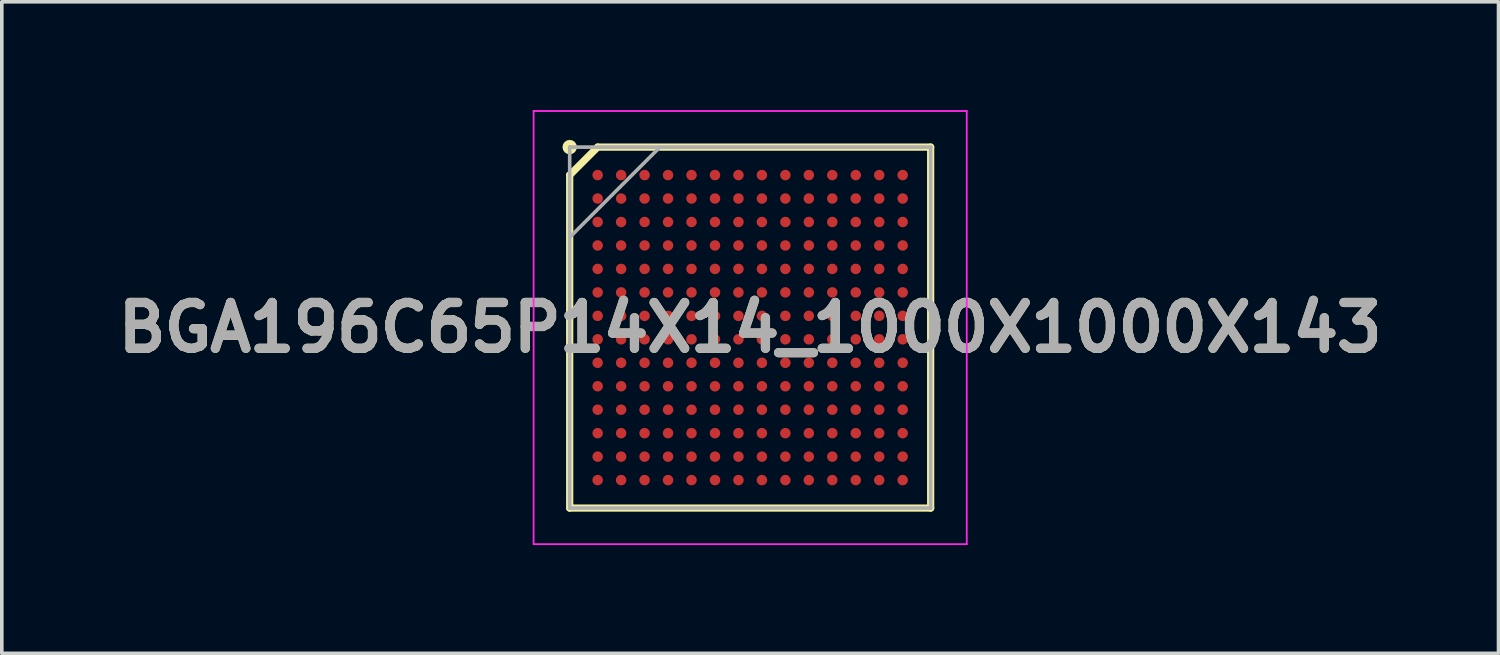
<source format=kicad_pcb>
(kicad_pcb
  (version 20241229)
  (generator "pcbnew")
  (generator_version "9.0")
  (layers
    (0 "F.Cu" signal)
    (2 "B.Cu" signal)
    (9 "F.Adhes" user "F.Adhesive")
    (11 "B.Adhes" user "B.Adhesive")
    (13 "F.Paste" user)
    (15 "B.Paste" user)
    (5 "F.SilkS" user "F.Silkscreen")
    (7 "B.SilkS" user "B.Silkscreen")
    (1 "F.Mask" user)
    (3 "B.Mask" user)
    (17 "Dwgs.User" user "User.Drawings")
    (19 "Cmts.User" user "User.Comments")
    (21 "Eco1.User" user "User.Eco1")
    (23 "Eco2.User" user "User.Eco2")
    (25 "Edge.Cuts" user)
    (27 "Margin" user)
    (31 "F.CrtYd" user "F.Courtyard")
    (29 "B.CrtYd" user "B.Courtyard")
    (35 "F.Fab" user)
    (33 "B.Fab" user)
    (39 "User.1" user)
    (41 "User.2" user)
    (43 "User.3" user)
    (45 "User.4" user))
  (footprint "BGA196C65P14X14_1000X1000X143"
    (layer "F.Cu")
    (at 17.732 6.025)
    (property "Reference" "BGA196C65P14X14_1000X1000X143" (at 0 0 0) (layer "F.SilkS") (effects (font (size 1.27 1.27) (thickness 0.254))))
    (attr smd)
    (fp_line (start -5 -4.225) (end -4.225 -5) (stroke (width 0.2) (type solid)) (layer "F.SilkS"))
    (fp_line (start -5 5) (end -5 -4.225) (stroke (width 0.2) (type solid)) (layer "F.SilkS"))
    (fp_line (start -4.225 -5) (end 5 -5) (stroke (width 0.2) (type solid)) (layer "F.SilkS"))
    (fp_line (start 5 -5) (end 5 5) (stroke (width 0.2) (type solid)) (layer "F.SilkS"))
    (fp_line (start 5 5) (end -5 5) (stroke (width 0.2) (type solid)) (layer "F.SilkS"))
    (fp_circle (center -5 -5) (end -5 -4.9) (stroke (width 0.2) (type solid)) (fill no) (layer "F.SilkS"))
    (fp_line (start -6 -6) (end 6 -6) (stroke (width 0.05) (type solid)) (layer "F.CrtYd"))
    (fp_line (start -6 6) (end -6 -6) (stroke (width 0.05) (type solid)) (layer "F.CrtYd"))
    (fp_line (start 6 -6) (end 6 6) (stroke (width 0.05) (type solid)) (layer "F.CrtYd"))
    (fp_line (start 6 6) (end -6 6) (stroke (width 0.05) (type solid)) (layer "F.CrtYd"))
    (fp_line (start -5 -5) (end 5 -5) (stroke (width 0.1) (type solid)) (layer "F.Fab"))
    (fp_line (start -5 -2.5) (end -2.5 -5) (stroke (width 0.1) (type solid)) (layer "F.Fab"))
    (fp_line (start -5 5) (end -5 -5) (stroke (width 0.1) (type solid)) (layer "F.Fab"))
    (fp_line (start 5 -5) (end 5 5) (stroke (width 0.1) (type solid)) (layer "F.Fab"))
    (fp_line (start 5 5) (end -5 5) (stroke (width 0.1) (type solid)) (layer "F.Fab"))
    (fp_text user "${REFERENCE}" (at 0 0 0) (layer "F.Fab") (effects (font (size 1.27 1.27) (thickness 0.254))))
    (pad "A1" smd circle (at -4.225 -4.225 90) (size 0.29 0.29) (layers "F.Cu" "F.Mask" "F.Paste"))
    (pad "A2" smd circle (at -3.575 -4.225 90) (size 0.29 0.29) (layers "F.Cu" "F.Mask" "F.Paste"))
    (pad "A3" smd circle (at -2.925 -4.225 90) (size 0.29 0.29) (layers "F.Cu" "F.Mask" "F.Paste"))
    (pad "A4" smd circle (at -2.275 -4.225 90) (size 0.29 0.29) (layers "F.Cu" "F.Mask" "F.Paste"))
    (pad "A5" smd circle (at -1.625 -4.225 90) (size 0.29 0.29) (layers "F.Cu" "F.Mask" "F.Paste"))
    (pad "A6" smd circle (at -0.975 -4.225 90) (size 0.29 0.29) (layers "F.Cu" "F.Mask" "F.Paste"))
    (pad "A7" smd circle (at -0.325 -4.225 90) (size 0.29 0.29) (layers "F.Cu" "F.Mask" "F.Paste"))
    (pad "A8" smd circle (at 0.325 -4.225 90) (size 0.29 0.29) (layers "F.Cu" "F.Mask" "F.Paste"))
    (pad "A9" smd circle (at 0.975 -4.225 90) (size 0.29 0.29) (layers "F.Cu" "F.Mask" "F.Paste"))
    (pad "A10" smd circle (at 1.625 -4.225 90) (size 0.29 0.29) (layers "F.Cu" "F.Mask" "F.Paste"))
    (pad "A11" smd circle (at 2.275 -4.225 90) (size 0.29 0.29) (layers "F.Cu" "F.Mask" "F.Paste"))
    (pad "A12" smd circle (at 2.925 -4.225 90) (size 0.29 0.29) (layers "F.Cu" "F.Mask" "F.Paste"))
    (pad "A13" smd circle (at 3.575 -4.225 90) (size 0.29 0.29) (layers "F.Cu" "F.Mask" "F.Paste"))
    (pad "A14" smd circle (at 4.225 -4.225 90) (size 0.29 0.29) (layers "F.Cu" "F.Mask" "F.Paste"))
    (pad "B1" smd circle (at -4.225 -3.575 90) (size 0.29 0.29) (layers "F.Cu" "F.Mask" "F.Paste"))
    (pad "B2" smd circle (at -3.575 -3.575 90) (size 0.29 0.29) (layers "F.Cu" "F.Mask" "F.Paste"))
    (pad "B3" smd circle (at -2.925 -3.575 90) (size 0.29 0.29) (layers "F.Cu" "F.Mask" "F.Paste"))
    (pad "B4" smd circle (at -2.275 -3.575 90) (size 0.29 0.29) (layers "F.Cu" "F.Mask" "F.Paste"))
    (pad "B5" smd circle (at -1.625 -3.575 90) (size 0.29 0.29) (layers "F.Cu" "F.Mask" "F.Paste"))
    (pad "B6" smd circle (at -0.975 -3.575 90) (size 0.29 0.29) (layers "F.Cu" "F.Mask" "F.Paste"))
    (pad "B7" smd circle (at -0.325 -3.575 90) (size 0.29 0.29) (layers "F.Cu" "F.Mask" "F.Paste"))
    (pad "B8" smd circle (at 0.325 -3.575 90) (size 0.29 0.29) (layers "F.Cu" "F.Mask" "F.Paste"))
    (pad "B9" smd circle (at 0.975 -3.575 90) (size 0.29 0.29) (layers "F.Cu" "F.Mask" "F.Paste"))
    (pad "B10" smd circle (at 1.625 -3.575 90) (size 0.29 0.29) (layers "F.Cu" "F.Mask" "F.Paste"))
    (pad "B11" smd circle (at 2.275 -3.575 90) (size 0.29 0.29) (layers "F.Cu" "F.Mask" "F.Paste"))
    (pad "B12" smd circle (at 2.925 -3.575 90) (size 0.29 0.29) (layers "F.Cu" "F.Mask" "F.Paste"))
    (pad "B13" smd circle (at 3.575 -3.575 90) (size 0.29 0.29) (layers "F.Cu" "F.Mask" "F.Paste"))
    (pad "B14" smd circle (at 4.225 -3.575 90) (size 0.29 0.29) (layers "F.Cu" "F.Mask" "F.Paste"))
    (pad "C1" smd circle (at -4.225 -2.925 90) (size 0.29 0.29) (layers "F.Cu" "F.Mask" "F.Paste"))
    (pad "C2" smd circle (at -3.575 -2.925 90) (size 0.29 0.29) (layers "F.Cu" "F.Mask" "F.Paste"))
    (pad "C3" smd circle (at -2.925 -2.925 90) (size 0.29 0.29) (layers "F.Cu" "F.Mask" "F.Paste"))
    (pad "C4" smd circle (at -2.275 -2.925 90) (size 0.29 0.29) (layers "F.Cu" "F.Mask" "F.Paste"))
    (pad "C5" smd circle (at -1.625 -2.925 90) (size 0.29 0.29) (layers "F.Cu" "F.Mask" "F.Paste"))
    (pad "C6" smd circle (at -0.975 -2.925 90) (size 0.29 0.29) (layers "F.Cu" "F.Mask" "F.Paste"))
    (pad "C7" smd circle (at -0.325 -2.925 90) (size 0.29 0.29) (layers "F.Cu" "F.Mask" "F.Paste"))
    (pad "C8" smd circle (at 0.325 -2.925 90) (size 0.29 0.29) (layers "F.Cu" "F.Mask" "F.Paste"))
    (pad "C9" smd circle (at 0.975 -2.925 90) (size 0.29 0.29) (layers "F.Cu" "F.Mask" "F.Paste"))
    (pad "C10" smd circle (at 1.625 -2.925 90) (size 0.29 0.29) (layers "F.Cu" "F.Mask" "F.Paste"))
    (pad "C11" smd circle (at 2.275 -2.925 90) (size 0.29 0.29) (layers "F.Cu" "F.Mask" "F.Paste"))
    (pad "C12" smd circle (at 2.925 -2.925 90) (size 0.29 0.29) (layers "F.Cu" "F.Mask" "F.Paste"))
    (pad "C13" smd circle (at 3.575 -2.925 90) (size 0.29 0.29) (layers "F.Cu" "F.Mask" "F.Paste"))
    (pad "C14" smd circle (at 4.225 -2.925 90) (size 0.29 0.29) (layers "F.Cu" "F.Mask" "F.Paste"))
    (pad "D1" smd circle (at -4.225 -2.275 90) (size 0.29 0.29) (layers "F.Cu" "F.Mask" "F.Paste"))
    (pad "D2" smd circle (at -3.575 -2.275 90) (size 0.29 0.29) (layers "F.Cu" "F.Mask" "F.Paste"))
    (pad "D3" smd circle (at -2.925 -2.275 90) (size 0.29 0.29) (layers "F.Cu" "F.Mask" "F.Paste"))
    (pad "D4" smd circle (at -2.275 -2.275 90) (size 0.29 0.29) (layers "F.Cu" "F.Mask" "F.Paste"))
    (pad "D5" smd circle (at -1.625 -2.275 90) (size 0.29 0.29) (layers "F.Cu" "F.Mask" "F.Paste"))
    (pad "D6" smd circle (at -0.975 -2.275 90) (size 0.29 0.29) (layers "F.Cu" "F.Mask" "F.Paste"))
    (pad "D7" smd circle (at -0.325 -2.275 90) (size 0.29 0.29) (layers "F.Cu" "F.Mask" "F.Paste"))
    (pad "D8" smd circle (at 0.325 -2.275 90) (size 0.29 0.29) (layers "F.Cu" "F.Mask" "F.Paste"))
    (pad "D9" smd circle (at 0.975 -2.275 90) (size 0.29 0.29) (layers "F.Cu" "F.Mask" "F.Paste"))
    (pad "D10" smd circle (at 1.625 -2.275 90) (size 0.29 0.29) (layers "F.Cu" "F.Mask" "F.Paste"))
    (pad "D11" smd circle (at 2.275 -2.275 90) (size 0.29 0.29) (layers "F.Cu" "F.Mask" "F.Paste"))
    (pad "D12" smd circle (at 2.925 -2.275 90) (size 0.29 0.29) (layers "F.Cu" "F.Mask" "F.Paste"))
    (pad "D13" smd circle (at 3.575 -2.275 90) (size 0.29 0.29) (layers "F.Cu" "F.Mask" "F.Paste"))
    (pad "D14" smd circle (at 4.225 -2.275 90) (size 0.29 0.29) (layers "F.Cu" "F.Mask" "F.Paste"))
    (pad "E1" smd circle (at -4.225 -1.625 90) (size 0.29 0.29) (layers "F.Cu" "F.Mask" "F.Paste"))
    (pad "E2" smd circle (at -3.575 -1.625 90) (size 0.29 0.29) (layers "F.Cu" "F.Mask" "F.Paste"))
    (pad "E3" smd circle (at -2.925 -1.625 90) (size 0.29 0.29) (layers "F.Cu" "F.Mask" "F.Paste"))
    (pad "E4" smd circle (at -2.275 -1.625 90) (size 0.29 0.29) (layers "F.Cu" "F.Mask" "F.Paste"))
    (pad "E5" smd circle (at -1.625 -1.625 90) (size 0.29 0.29) (layers "F.Cu" "F.Mask" "F.Paste"))
    (pad "E6" smd circle (at -0.975 -1.625 90) (size 0.29 0.29) (layers "F.Cu" "F.Mask" "F.Paste"))
    (pad "E7" smd circle (at -0.325 -1.625 90) (size 0.29 0.29) (layers "F.Cu" "F.Mask" "F.Paste"))
    (pad "E8" smd circle (at 0.325 -1.625 90) (size 0.29 0.29) (layers "F.Cu" "F.Mask" "F.Paste"))
    (pad "E9" smd circle (at 0.975 -1.625 90) (size 0.29 0.29) (layers "F.Cu" "F.Mask" "F.Paste"))
    (pad "E10" smd circle (at 1.625 -1.625 90) (size 0.29 0.29) (layers "F.Cu" "F.Mask" "F.Paste"))
    (pad "E11" smd circle (at 2.275 -1.625 90) (size 0.29 0.29) (layers "F.Cu" "F.Mask" "F.Paste"))
    (pad "E12" smd circle (at 2.925 -1.625 90) (size 0.29 0.29) (layers "F.Cu" "F.Mask" "F.Paste"))
    (pad "E13" smd circle (at 3.575 -1.625 90) (size 0.29 0.29) (layers "F.Cu" "F.Mask" "F.Paste"))
    (pad "E14" smd circle (at 4.225 -1.625 90) (size 0.29 0.29) (layers "F.Cu" "F.Mask" "F.Paste"))
    (pad "F1" smd circle (at -4.225 -0.975 90) (size 0.29 0.29) (layers "F.Cu" "F.Mask" "F.Paste"))
    (pad "F2" smd circle (at -3.575 -0.975 90) (size 0.29 0.29) (layers "F.Cu" "F.Mask" "F.Paste"))
    (pad "F3" smd circle (at -2.925 -0.975 90) (size 0.29 0.29) (layers "F.Cu" "F.Mask" "F.Paste"))
    (pad "F4" smd circle (at -2.275 -0.975 90) (size 0.29 0.29) (layers "F.Cu" "F.Mask" "F.Paste"))
    (pad "F5" smd circle (at -1.625 -0.975 90) (size 0.29 0.29) (layers "F.Cu" "F.Mask" "F.Paste"))
    (pad "F6" smd circle (at -0.975 -0.975 90) (size 0.29 0.29) (layers "F.Cu" "F.Mask" "F.Paste"))
    (pad "F7" smd circle (at -0.325 -0.975 90) (size 0.29 0.29) (layers "F.Cu" "F.Mask" "F.Paste"))
    (pad "F8" smd circle (at 0.325 -0.975 90) (size 0.29 0.29) (layers "F.Cu" "F.Mask" "F.Paste"))
    (pad "F9" smd circle (at 0.975 -0.975 90) (size 0.29 0.29) (layers "F.Cu" "F.Mask" "F.Paste"))
    (pad "F10" smd circle (at 1.625 -0.975 90) (size 0.29 0.29) (layers "F.Cu" "F.Mask" "F.Paste"))
    (pad "F11" smd circle (at 2.275 -0.975 90) (size 0.29 0.29) (layers "F.Cu" "F.Mask" "F.Paste"))
    (pad "F12" smd circle (at 2.925 -0.975 90) (size 0.29 0.29) (layers "F.Cu" "F.Mask" "F.Paste"))
    (pad "F13" smd circle (at 3.575 -0.975 90) (size 0.29 0.29) (layers "F.Cu" "F.Mask" "F.Paste"))
    (pad "F14" smd circle (at 4.225 -0.975 90) (size 0.29 0.29) (layers "F.Cu" "F.Mask" "F.Paste"))
    (pad "G1" smd circle (at -4.225 -0.325 90) (size 0.29 0.29) (layers "F.Cu" "F.Mask" "F.Paste"))
    (pad "G2" smd circle (at -3.575 -0.325 90) (size 0.29 0.29) (layers "F.Cu" "F.Mask" "F.Paste"))
    (pad "G3" smd circle (at -2.925 -0.325 90) (size 0.29 0.29) (layers "F.Cu" "F.Mask" "F.Paste"))
    (pad "G4" smd circle (at -2.275 -0.325 90) (size 0.29 0.29) (layers "F.Cu" "F.Mask" "F.Paste"))
    (pad "G5" smd circle (at -1.625 -0.325 90) (size 0.29 0.29) (layers "F.Cu" "F.Mask" "F.Paste"))
    (pad "G6" smd circle (at -0.975 -0.325 90) (size 0.29 0.29) (layers "F.Cu" "F.Mask" "F.Paste"))
    (pad "G7" smd circle (at -0.325 -0.325 90) (size 0.29 0.29) (layers "F.Cu" "F.Mask" "F.Paste"))
    (pad "G8" smd circle (at 0.325 -0.325 90) (size 0.29 0.29) (layers "F.Cu" "F.Mask" "F.Paste"))
    (pad "G9" smd circle (at 0.975 -0.325 90) (size 0.29 0.29) (layers "F.Cu" "F.Mask" "F.Paste"))
    (pad "G10" smd circle (at 1.625 -0.325 90) (size 0.29 0.29) (layers "F.Cu" "F.Mask" "F.Paste"))
    (pad "G11" smd circle (at 2.275 -0.325 90) (size 0.29 0.29) (layers "F.Cu" "F.Mask" "F.Paste"))
    (pad "G12" smd circle (at 2.925 -0.325 90) (size 0.29 0.29) (layers "F.Cu" "F.Mask" "F.Paste"))
    (pad "G13" smd circle (at 3.575 -0.325 90) (size 0.29 0.29) (layers "F.Cu" "F.Mask" "F.Paste"))
    (pad "G14" smd circle (at 4.225 -0.325 90) (size 0.29 0.29) (layers "F.Cu" "F.Mask" "F.Paste"))
    (pad "H1" smd circle (at -4.225 0.325 90) (size 0.29 0.29) (layers "F.Cu" "F.Mask" "F.Paste"))
    (pad "H2" smd circle (at -3.575 0.325 90) (size 0.29 0.29) (layers "F.Cu" "F.Mask" "F.Paste"))
    (pad "H3" smd circle (at -2.925 0.325 90) (size 0.29 0.29) (layers "F.Cu" "F.Mask" "F.Paste"))
    (pad "H4" smd circle (at -2.275 0.325 90) (size 0.29 0.29) (layers "F.Cu" "F.Mask" "F.Paste"))
    (pad "H5" smd circle (at -1.625 0.325 90) (size 0.29 0.29) (layers "F.Cu" "F.Mask" "F.Paste"))
    (pad "H6" smd circle (at -0.975 0.325 90) (size 0.29 0.29) (layers "F.Cu" "F.Mask" "F.Paste"))
    (pad "H7" smd circle (at -0.325 0.325 90) (size 0.29 0.29) (layers "F.Cu" "F.Mask" "F.Paste"))
    (pad "H8" smd circle (at 0.325 0.325 90) (size 0.29 0.29) (layers "F.Cu" "F.Mask" "F.Paste"))
    (pad "H9" smd circle (at 0.975 0.325 90) (size 0.29 0.29) (layers "F.Cu" "F.Mask" "F.Paste"))
    (pad "H10" smd circle (at 1.625 0.325 90) (size 0.29 0.29) (layers "F.Cu" "F.Mask" "F.Paste"))
    (pad "H11" smd circle (at 2.275 0.325 90) (size 0.29 0.29) (layers "F.Cu" "F.Mask" "F.Paste"))
    (pad "H12" smd circle (at 2.925 0.325 90) (size 0.29 0.29) (layers "F.Cu" "F.Mask" "F.Paste"))
    (pad "H13" smd circle (at 3.575 0.325 90) (size 0.29 0.29) (layers "F.Cu" "F.Mask" "F.Paste"))
    (pad "H14" smd circle (at 4.225 0.325 90) (size 0.29 0.29) (layers "F.Cu" "F.Mask" "F.Paste"))
    (pad "J1" smd circle (at -4.225 0.975 90) (size 0.29 0.29) (layers "F.Cu" "F.Mask" "F.Paste"))
    (pad "J2" smd circle (at -3.575 0.975 90) (size 0.29 0.29) (layers "F.Cu" "F.Mask" "F.Paste"))
    (pad "J3" smd circle (at -2.925 0.975 90) (size 0.29 0.29) (layers "F.Cu" "F.Mask" "F.Paste"))
    (pad "J4" smd circle (at -2.275 0.975 90) (size 0.29 0.29) (layers "F.Cu" "F.Mask" "F.Paste"))
    (pad "J5" smd circle (at -1.625 0.975 90) (size 0.29 0.29) (layers "F.Cu" "F.Mask" "F.Paste"))
    (pad "J6" smd circle (at -0.975 0.975 90) (size 0.29 0.29) (layers "F.Cu" "F.Mask" "F.Paste"))
    (pad "J7" smd circle (at -0.325 0.975 90) (size 0.29 0.29) (layers "F.Cu" "F.Mask" "F.Paste"))
    (pad "J8" smd circle (at 0.325 0.975 90) (size 0.29 0.29) (layers "F.Cu" "F.Mask" "F.Paste"))
    (pad "J9" smd circle (at 0.975 0.975 90) (size 0.29 0.29) (layers "F.Cu" "F.Mask" "F.Paste"))
    (pad "J10" smd circle (at 1.625 0.975 90) (size 0.29 0.29) (layers "F.Cu" "F.Mask" "F.Paste"))
    (pad "J11" smd circle (at 2.275 0.975 90) (size 0.29 0.29) (layers "F.Cu" "F.Mask" "F.Paste"))
    (pad "J12" smd circle (at 2.925 0.975 90) (size 0.29 0.29) (layers "F.Cu" "F.Mask" "F.Paste"))
    (pad "J13" smd circle (at 3.575 0.975 90) (size 0.29 0.29) (layers "F.Cu" "F.Mask" "F.Paste"))
    (pad "J14" smd circle (at 4.225 0.975 90) (size 0.29 0.29) (layers "F.Cu" "F.Mask" "F.Paste"))
    (pad "K1" smd circle (at -4.225 1.625 90) (size 0.29 0.29) (layers "F.Cu" "F.Mask" "F.Paste"))
    (pad "K2" smd circle (at -3.575 1.625 90) (size 0.29 0.29) (layers "F.Cu" "F.Mask" "F.Paste"))
    (pad "K3" smd circle (at -2.925 1.625 90) (size 0.29 0.29) (layers "F.Cu" "F.Mask" "F.Paste"))
    (pad "K4" smd circle (at -2.275 1.625 90) (size 0.29 0.29) (layers "F.Cu" "F.Mask" "F.Paste"))
    (pad "K5" smd circle (at -1.625 1.625 90) (size 0.29 0.29) (layers "F.Cu" "F.Mask" "F.Paste"))
    (pad "K6" smd circle (at -0.975 1.625 90) (size 0.29 0.29) (layers "F.Cu" "F.Mask" "F.Paste"))
    (pad "K7" smd circle (at -0.325 1.625 90) (size 0.29 0.29) (layers "F.Cu" "F.Mask" "F.Paste"))
    (pad "K8" smd circle (at 0.325 1.625 90) (size 0.29 0.29) (layers "F.Cu" "F.Mask" "F.Paste"))
    (pad "K9" smd circle (at 0.975 1.625 90) (size 0.29 0.29) (layers "F.Cu" "F.Mask" "F.Paste"))
    (pad "K10" smd circle (at 1.625 1.625 90) (size 0.29 0.29) (layers "F.Cu" "F.Mask" "F.Paste"))
    (pad "K11" smd circle (at 2.275 1.625 90) (size 0.29 0.29) (layers "F.Cu" "F.Mask" "F.Paste"))
    (pad "K12" smd circle (at 2.925 1.625 90) (size 0.29 0.29) (layers "F.Cu" "F.Mask" "F.Paste"))
    (pad "K13" smd circle (at 3.575 1.625 90) (size 0.29 0.29) (layers "F.Cu" "F.Mask" "F.Paste"))
    (pad "K14" smd circle (at 4.225 1.625 90) (size 0.29 0.29) (layers "F.Cu" "F.Mask" "F.Paste"))
    (pad "L1" smd circle (at -4.225 2.275 90) (size 0.29 0.29) (layers "F.Cu" "F.Mask" "F.Paste"))
    (pad "L2" smd circle (at -3.575 2.275 90) (size 0.29 0.29) (layers "F.Cu" "F.Mask" "F.Paste"))
    (pad "L3" smd circle (at -2.925 2.275 90) (size 0.29 0.29) (layers "F.Cu" "F.Mask" "F.Paste"))
    (pad "L4" smd circle (at -2.275 2.275 90) (size 0.29 0.29) (layers "F.Cu" "F.Mask" "F.Paste"))
    (pad "L5" smd circle (at -1.625 2.275 90) (size 0.29 0.29) (layers "F.Cu" "F.Mask" "F.Paste"))
    (pad "L6" smd circle (at -0.975 2.275 90) (size 0.29 0.29) (layers "F.Cu" "F.Mask" "F.Paste"))
    (pad "L7" smd circle (at -0.325 2.275 90) (size 0.29 0.29) (layers "F.Cu" "F.Mask" "F.Paste"))
    (pad "L8" smd circle (at 0.325 2.275 90) (size 0.29 0.29) (layers "F.Cu" "F.Mask" "F.Paste"))
    (pad "L9" smd circle (at 0.975 2.275 90) (size 0.29 0.29) (layers "F.Cu" "F.Mask" "F.Paste"))
    (pad "L10" smd circle (at 1.625 2.275 90) (size 0.29 0.29) (layers "F.Cu" "F.Mask" "F.Paste"))
    (pad "L11" smd circle (at 2.275 2.275 90) (size 0.29 0.29) (layers "F.Cu" "F.Mask" "F.Paste"))
    (pad "L12" smd circle (at 2.925 2.275 90) (size 0.29 0.29) (layers "F.Cu" "F.Mask" "F.Paste"))
    (pad "L13" smd circle (at 3.575 2.275 90) (size 0.29 0.29) (layers "F.Cu" "F.Mask" "F.Paste"))
    (pad "L14" smd circle (at 4.225 2.275 90) (size 0.29 0.29) (layers "F.Cu" "F.Mask" "F.Paste"))
    (pad "M1" smd circle (at -4.225 2.925 90) (size 0.29 0.29) (layers "F.Cu" "F.Mask" "F.Paste"))
    (pad "M2" smd circle (at -3.575 2.925 90) (size 0.29 0.29) (layers "F.Cu" "F.Mask" "F.Paste"))
    (pad "M3" smd circle (at -2.925 2.925 90) (size 0.29 0.29) (layers "F.Cu" "F.Mask" "F.Paste"))
    (pad "M4" smd circle (at -2.275 2.925 90) (size 0.29 0.29) (layers "F.Cu" "F.Mask" "F.Paste"))
    (pad "M5" smd circle (at -1.625 2.925 90) (size 0.29 0.29) (layers "F.Cu" "F.Mask" "F.Paste"))
    (pad "M6" smd circle (at -0.975 2.925 90) (size 0.29 0.29) (layers "F.Cu" "F.Mask" "F.Paste"))
    (pad "M7" smd circle (at -0.325 2.925 90) (size 0.29 0.29) (layers "F.Cu" "F.Mask" "F.Paste"))
    (pad "M8" smd circle (at 0.325 2.925 90) (size 0.29 0.29) (layers "F.Cu" "F.Mask" "F.Paste"))
    (pad "M9" smd circle (at 0.975 2.925 90) (size 0.29 0.29) (layers "F.Cu" "F.Mask" "F.Paste"))
    (pad "M10" smd circle (at 1.625 2.925 90) (size 0.29 0.29) (layers "F.Cu" "F.Mask" "F.Paste"))
    (pad "M11" smd circle (at 2.275 2.925 90) (size 0.29 0.29) (layers "F.Cu" "F.Mask" "F.Paste"))
    (pad "M12" smd circle (at 2.925 2.925 90) (size 0.29 0.29) (layers "F.Cu" "F.Mask" "F.Paste"))
    (pad "M13" smd circle (at 3.575 2.925 90) (size 0.29 0.29) (layers "F.Cu" "F.Mask" "F.Paste"))
    (pad "M14" smd circle (at 4.225 2.925 90) (size 0.29 0.29) (layers "F.Cu" "F.Mask" "F.Paste"))
    (pad "N1" smd circle (at -4.225 3.575 90) (size 0.29 0.29) (layers "F.Cu" "F.Mask" "F.Paste"))
    (pad "N2" smd circle (at -3.575 3.575 90) (size 0.29 0.29) (layers "F.Cu" "F.Mask" "F.Paste"))
    (pad "N3" smd circle (at -2.925 3.575 90) (size 0.29 0.29) (layers "F.Cu" "F.Mask" "F.Paste"))
    (pad "N4" smd circle (at -2.275 3.575 90) (size 0.29 0.29) (layers "F.Cu" "F.Mask" "F.Paste"))
    (pad "N5" smd circle (at -1.625 3.575 90) (size 0.29 0.29) (layers "F.Cu" "F.Mask" "F.Paste"))
    (pad "N6" smd circle (at -0.975 3.575 90) (size 0.29 0.29) (layers "F.Cu" "F.Mask" "F.Paste"))
    (pad "N7" smd circle (at -0.325 3.575 90) (size 0.29 0.29) (layers "F.Cu" "F.Mask" "F.Paste"))
    (pad "N8" smd circle (at 0.325 3.575 90) (size 0.29 0.29) (layers "F.Cu" "F.Mask" "F.Paste"))
    (pad "N9" smd circle (at 0.975 3.575 90) (size 0.29 0.29) (layers "F.Cu" "F.Mask" "F.Paste"))
    (pad "N10" smd circle (at 1.625 3.575 90) (size 0.29 0.29) (layers "F.Cu" "F.Mask" "F.Paste"))
    (pad "N11" smd circle (at 2.275 3.575 90) (size 0.29 0.29) (layers "F.Cu" "F.Mask" "F.Paste"))
    (pad "N12" smd circle (at 2.925 3.575 90) (size 0.29 0.29) (layers "F.Cu" "F.Mask" "F.Paste"))
    (pad "N13" smd circle (at 3.575 3.575 90) (size 0.29 0.29) (layers "F.Cu" "F.Mask" "F.Paste"))
    (pad "N14" smd circle (at 4.225 3.575 90) (size 0.29 0.29) (layers "F.Cu" "F.Mask" "F.Paste"))
    (pad "P1" smd circle (at -4.225 4.225 90) (size 0.29 0.29) (layers "F.Cu" "F.Mask" "F.Paste"))
    (pad "P2" smd circle (at -3.575 4.225 90) (size 0.29 0.29) (layers "F.Cu" "F.Mask" "F.Paste"))
    (pad "P3" smd circle (at -2.925 4.225 90) (size 0.29 0.29) (layers "F.Cu" "F.Mask" "F.Paste"))
    (pad "P4" smd circle (at -2.275 4.225 90) (size 0.29 0.29) (layers "F.Cu" "F.Mask" "F.Paste"))
    (pad "P5" smd circle (at -1.625 4.225 90) (size 0.29 0.29) (layers "F.Cu" "F.Mask" "F.Paste"))
    (pad "P6" smd circle (at -0.975 4.225 90) (size 0.29 0.29) (layers "F.Cu" "F.Mask" "F.Paste"))
    (pad "P7" smd circle (at -0.325 4.225 90) (size 0.29 0.29) (layers "F.Cu" "F.Mask" "F.Paste"))
    (pad "P8" smd circle (at 0.325 4.225 90) (size 0.29 0.29) (layers "F.Cu" "F.Mask" "F.Paste"))
    (pad "P9" smd circle (at 0.975 4.225 90) (size 0.29 0.29) (layers "F.Cu" "F.Mask" "F.Paste"))
    (pad "P10" smd circle (at 1.625 4.225 90) (size 0.29 0.29) (layers "F.Cu" "F.Mask" "F.Paste"))
    (pad "P11" smd circle (at 2.275 4.225 90) (size 0.29 0.29) (layers "F.Cu" "F.Mask" "F.Paste"))
    (pad "P12" smd circle (at 2.925 4.225 90) (size 0.29 0.29) (layers "F.Cu" "F.Mask" "F.Paste"))
    (pad "P13" smd circle (at 3.575 4.225 90) (size 0.29 0.29) (layers "F.Cu" "F.Mask" "F.Paste"))
    (pad "P14" smd circle (at 4.225 4.225 90) (size 0.29 0.29) (layers "F.Cu" "F.Mask" "F.Paste")))
  (gr_rect
    (start -3 -3)
    (end 38.463 15.05)
    (stroke (width 0.1) (type default))
    (fill no)
    (layer "Edge.Cuts")))
</source>
